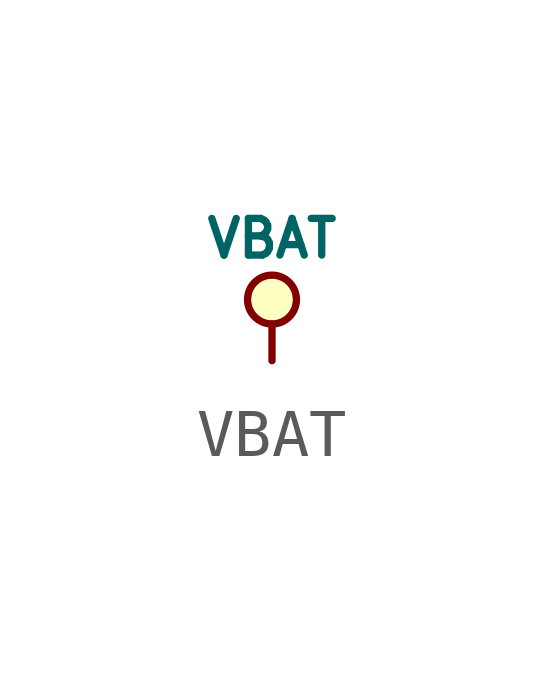
<source format=kicad_sym>
(kicad_symbol_lib
  (version 20231120)
  (generator "kicad_symbol_editor")
  (generator_version "8.0")
  (symbol "VBAT"
    (power)
    (pin_names
      (offset 0))
    (property "Reference" "#PWR"
      (at 0 2.54 0)
      (effects (font (size 0.762 0.762)) (hide yes)))
    (property "Value" "VBAT"
      (at 0 2.54 0)
      (effects (font (size 0.762 0.762))))
    (property "Footprint" ""
      (at 0 0 0)
      (effects (font (size 1.524 1.524))))
    (property "Datasheet" ""
      (at 0 0 0)
      (effects (font (size 1.524 1.524))))
    (symbol "VBAT_0_0"
      (pin power_in line (at 0 0 90) (length 0) hide (name "VBAT" (effects (font (size 0.508 0.508)))) (number "1" (effects (font (size 0.508 0.508))))))
    (symbol "VBAT_0_1"
      (polyline (pts (xy 0 0) (xy 0 0.762) (xy 0 0.762)) (stroke (width 0) (type default)) (fill (type none)))
      (circle (center 0 1.27) (radius 0.508) (stroke (width 0) (type default)) (fill (type background))))))
</source>
